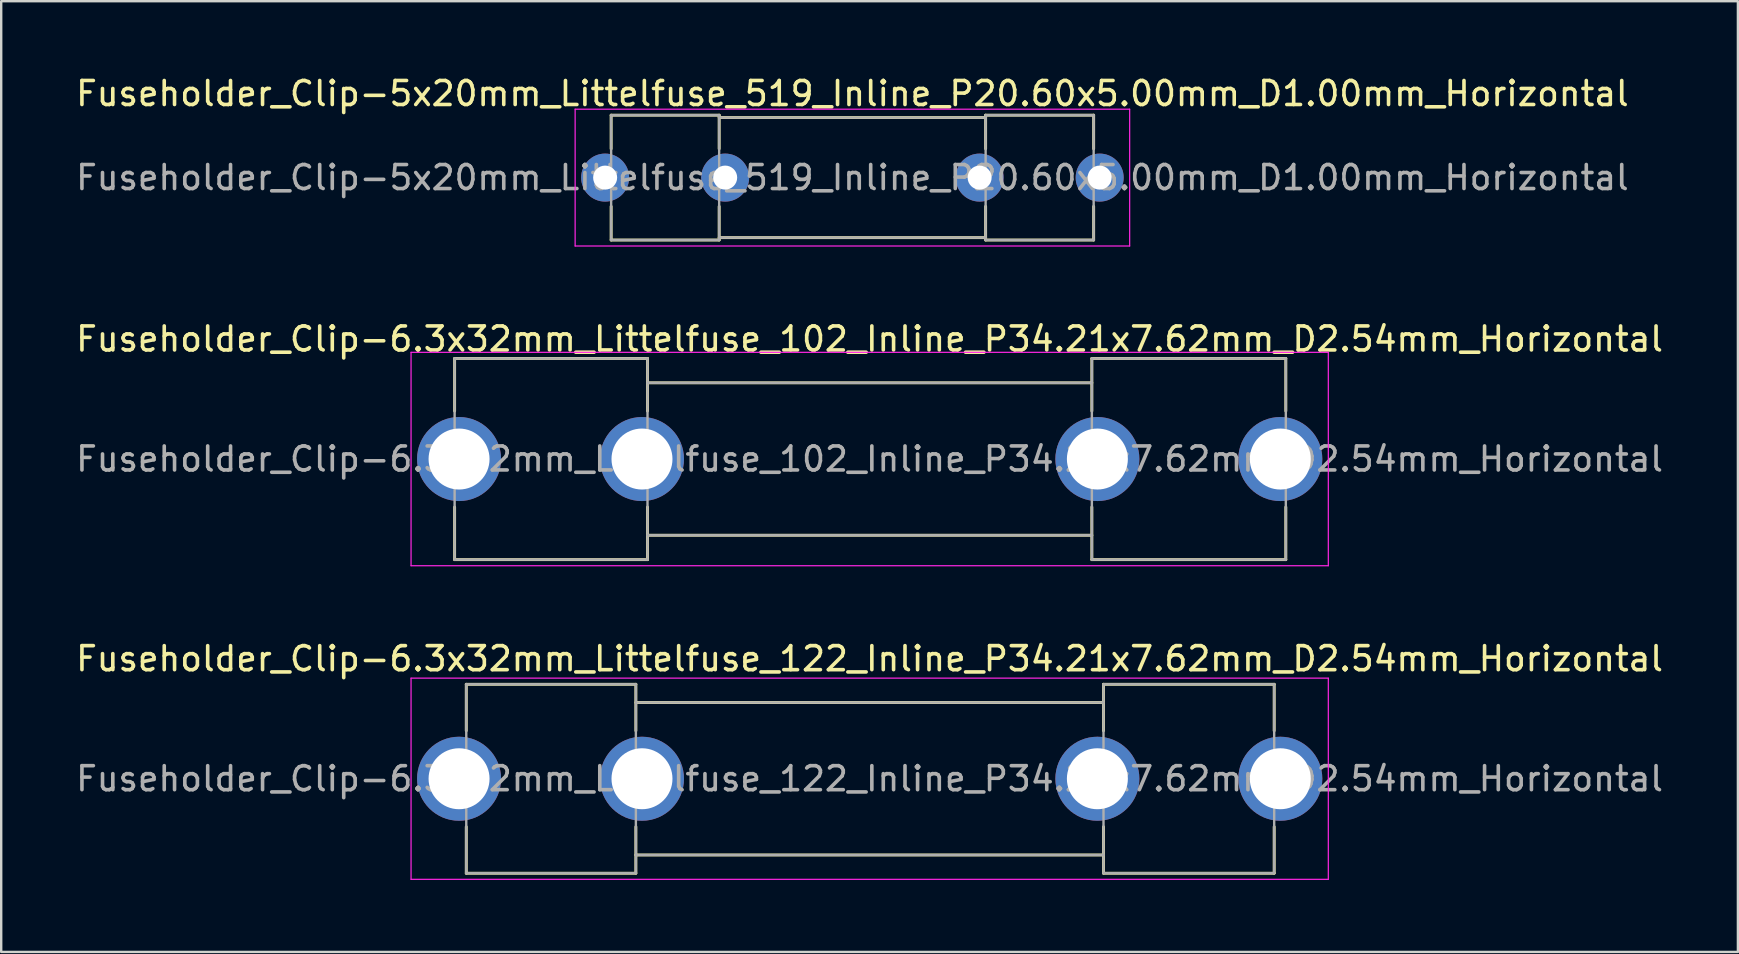
<source format=kicad_pcb>
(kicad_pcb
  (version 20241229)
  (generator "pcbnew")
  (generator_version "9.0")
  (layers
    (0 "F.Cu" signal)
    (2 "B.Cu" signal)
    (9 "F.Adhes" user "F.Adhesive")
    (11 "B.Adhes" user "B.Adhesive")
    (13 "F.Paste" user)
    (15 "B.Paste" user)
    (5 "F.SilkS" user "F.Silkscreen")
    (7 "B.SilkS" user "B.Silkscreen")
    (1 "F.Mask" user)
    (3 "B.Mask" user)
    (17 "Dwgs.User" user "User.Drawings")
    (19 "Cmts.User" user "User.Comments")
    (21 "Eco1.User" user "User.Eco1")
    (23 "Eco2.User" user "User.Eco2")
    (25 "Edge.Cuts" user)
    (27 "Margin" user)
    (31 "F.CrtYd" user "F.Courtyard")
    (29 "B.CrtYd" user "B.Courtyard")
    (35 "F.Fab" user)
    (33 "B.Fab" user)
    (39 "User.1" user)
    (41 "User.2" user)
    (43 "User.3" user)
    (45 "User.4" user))
  (footprint "Fuseholder_Clip-6.3x32mm_Littelfuse_102_Inline_P34.21x7.62mm_D2.54mm_Horizontal"
    (layer "F.Cu")
    (at 16.073 16.072)
    (property "Reference" "Fuseholder_Clip-6.3x32mm_Littelfuse_102_Inline_P34.21x7.62mm_D2.54mm_Horizontal" (at 17.1 -5 0) (layer "F.SilkS") (effects (font (size 1 1) (thickness 0.15))))
    (attr through_hole)
    (fp_line (start -0.185 -4.19) (end -0.185 -2) (stroke (width 0.12) (type solid)) (layer "F.SilkS"))
    (fp_line (start -0.185 4.19) (end -0.185 2) (stroke (width 0.12) (type solid)) (layer "F.SilkS"))
    (fp_line (start 7.85 -4.19) (end -0.185 -4.19) (stroke (width 0.12) (type solid)) (layer "F.SilkS"))
    (fp_line (start 7.85 -4.19) (end 7.85 -2) (stroke (width 0.12) (type solid)) (layer "F.SilkS"))
    (fp_line (start 7.85 4.19) (end -0.185 4.19) (stroke (width 0.12) (type solid)) (layer "F.SilkS"))
    (fp_line (start 7.85 4.19) (end 7.85 2) (stroke (width 0.12) (type solid)) (layer "F.SilkS"))
    (fp_line (start 26.36 -4.19) (end 26.36 -2) (stroke (width 0.12) (type solid)) (layer "F.SilkS"))
    (fp_line (start 26.36 -3.175) (end 7.85 -3.175) (stroke (width 0.12) (type solid)) (layer "F.SilkS"))
    (fp_line (start 26.36 3.175) (end 7.85 3.175) (stroke (width 0.12) (type solid)) (layer "F.SilkS"))
    (fp_line (start 26.36 4.19) (end 26.36 2) (stroke (width 0.12) (type solid)) (layer "F.SilkS"))
    (fp_line (start 26.36 4.19) (end 34.44 4.19) (stroke (width 0.12) (type solid)) (layer "F.SilkS"))
    (fp_line (start 34.44 -4.19) (end 26.36 -4.19) (stroke (width 0.12) (type solid)) (layer "F.SilkS"))
    (fp_line (start 34.44 -2) (end 34.44 -4.19) (stroke (width 0.12) (type solid)) (layer "F.SilkS"))
    (fp_line (start 34.44 2) (end 34.44 4.19) (stroke (width 0.12) (type solid)) (layer "F.SilkS"))
    (fp_line (start -2 -4.445) (end -2 4.445) (stroke (width 0.05) (type solid)) (layer "F.CrtYd"))
    (fp_line (start -2 -4.445) (end 36.21 -4.445) (stroke (width 0.05) (type solid)) (layer "F.CrtYd"))
    (fp_line (start 36.21 4.445) (end -2 4.445) (stroke (width 0.05) (type solid)) (layer "F.CrtYd"))
    (fp_line (start 36.21 4.445) (end 36.21 -4.445) (stroke (width 0.05) (type solid)) (layer "F.CrtYd"))
    (fp_line (start -0.185 -4.19) (end 7.85 -4.19) (stroke (width 0.1) (type solid)) (layer "F.Fab"))
    (fp_line (start -0.185 4.19) (end -0.185 -4.19) (stroke (width 0.1) (type solid)) (layer "F.Fab"))
    (fp_line (start 7.85 -4.19) (end 7.85 4.19) (stroke (width 0.1) (type solid)) (layer "F.Fab"))
    (fp_line (start 7.85 -3.175) (end 26.36 -3.175) (stroke (width 0.1) (type solid)) (layer "F.Fab"))
    (fp_line (start 7.85 4.19) (end -0.185 4.19) (stroke (width 0.1) (type solid)) (layer "F.Fab"))
    (fp_line (start 26.36 -4.19) (end 26.36 4.19) (stroke (width 0.1) (type solid)) (layer "F.Fab"))
    (fp_line (start 26.36 3.175) (end 7.85 3.175) (stroke (width 0.1) (type solid)) (layer "F.Fab"))
    (fp_line (start 26.36 4.19) (end 34.44 4.19) (stroke (width 0.1) (type solid)) (layer "F.Fab"))
    (fp_line (start 34.44 -4.19) (end 26.36 -4.19) (stroke (width 0.1) (type solid)) (layer "F.Fab"))
    (fp_line (start 34.44 4.19) (end 34.44 -4.19) (stroke (width 0.1) (type solid)) (layer "F.Fab"))
    (fp_text user "${REFERENCE}" (at 17.1 0 0) (layer "F.Fab") (effects (font (size 1 1) (thickness 0.15))))
    (pad "1" thru_hole circle (at 0 0) (size 3.5 3.5) (drill 2.54) (layers "*.Cu" "*.Mask"))
    (pad "1" thru_hole circle (at 7.62 0) (size 3.5 3.5) (drill 2.54) (layers "*.Cu" "*.Mask"))
    (pad "2" thru_hole circle (at 26.59 0) (size 3.5 3.5) (drill 2.54) (layers "*.Cu" "*.Mask"))
    (pad "2" thru_hole circle (at 34.21 0) (size 3.5 3.5) (drill 2.54) (layers "*.Cu" "*.Mask")))
  (footprint "Fuseholder_Clip-5x20mm_Littelfuse_519_Inline_P20.60x5.00mm_D1.00mm_Horizontal"
    (layer "F.Cu")
    (at 22.158 4.348)
    (property "Reference" "Fuseholder_Clip-5x20mm_Littelfuse_519_Inline_P20.60x5.00mm_D1.00mm_Horizontal" (at 10.3 -3.5 0) (layer "F.SilkS") (effects (font (size 1 1) (thickness 0.15))))
    (attr through_hole)
    (fp_line (start 0.25 -2.6) (end 0.25 -1.2) (stroke (width 0.12) (type solid)) (layer "F.SilkS"))
    (fp_line (start 0.25 2.6) (end 0.25 1.2) (stroke (width 0.12) (type solid)) (layer "F.SilkS"))
    (fp_line (start 4.75 -2.6) (end 0.25 -2.6) (stroke (width 0.12) (type solid)) (layer "F.SilkS"))
    (fp_line (start 4.75 -2.6) (end 4.75 -1.2) (stroke (width 0.12) (type solid)) (layer "F.SilkS"))
    (fp_line (start 4.75 2.6) (end 0.25 2.6) (stroke (width 0.12) (type solid)) (layer "F.SilkS"))
    (fp_line (start 4.75 2.6) (end 4.75 1.2) (stroke (width 0.12) (type solid)) (layer "F.SilkS"))
    (fp_line (start 15.85 -2.6) (end 15.85 -1.2) (stroke (width 0.12) (type solid)) (layer "F.SilkS"))
    (fp_line (start 15.85 -2.5) (end 4.75 -2.5) (stroke (width 0.12) (type solid)) (layer "F.SilkS"))
    (fp_line (start 15.85 2.5) (end 4.75 2.5) (stroke (width 0.12) (type solid)) (layer "F.SilkS"))
    (fp_line (start 15.85 2.6) (end 15.85 1.2) (stroke (width 0.12) (type solid)) (layer "F.SilkS"))
    (fp_line (start 15.85 2.6) (end 20.35 2.6) (stroke (width 0.12) (type solid)) (layer "F.SilkS"))
    (fp_line (start 20.35 -2.6) (end 15.85 -2.6) (stroke (width 0.12) (type solid)) (layer "F.SilkS"))
    (fp_line (start 20.35 -1.2) (end 20.35 -2.6) (stroke (width 0.12) (type solid)) (layer "F.SilkS"))
    (fp_line (start 20.35 1.2) (end 20.35 2.6) (stroke (width 0.12) (type solid)) (layer "F.SilkS"))
    (fp_line (start -1.25 -2.85) (end -1.25 2.85) (stroke (width 0.05) (type solid)) (layer "F.CrtYd"))
    (fp_line (start -1.25 -2.85) (end 21.85 -2.85) (stroke (width 0.05) (type solid)) (layer "F.CrtYd"))
    (fp_line (start 21.85 2.85) (end -1.25 2.85) (stroke (width 0.05) (type solid)) (layer "F.CrtYd"))
    (fp_line (start 21.85 2.85) (end 21.85 -2.85) (stroke (width 0.05) (type solid)) (layer "F.CrtYd"))
    (fp_line (start 0.25 -2.6) (end 4.75 -2.6) (stroke (width 0.1) (type solid)) (layer "F.Fab"))
    (fp_line (start 0.25 2.6) (end 0.25 -2.6) (stroke (width 0.1) (type solid)) (layer "F.Fab"))
    (fp_line (start 4.75 -2.6) (end 4.75 2.6) (stroke (width 0.1) (type solid)) (layer "F.Fab"))
    (fp_line (start 4.75 -2.5) (end 15.85 -2.5) (stroke (width 0.1) (type solid)) (layer "F.Fab"))
    (fp_line (start 4.75 2.6) (end 0.25 2.6) (stroke (width 0.1) (type solid)) (layer "F.Fab"))
    (fp_line (start 15.85 -2.6) (end 15.85 2.6) (stroke (width 0.1) (type solid)) (layer "F.Fab"))
    (fp_line (start 15.85 2.5) (end 4.75 2.5) (stroke (width 0.1) (type solid)) (layer "F.Fab"))
    (fp_line (start 15.85 2.6) (end 20.35 2.6) (stroke (width 0.1) (type solid)) (layer "F.Fab"))
    (fp_line (start 20.35 -2.6) (end 15.85 -2.6) (stroke (width 0.1) (type solid)) (layer "F.Fab"))
    (fp_line (start 20.35 2.6) (end 20.35 -2.6) (stroke (width 0.1) (type solid)) (layer "F.Fab"))
    (fp_text user "${REFERENCE}" (at 10.3 0 0) (layer "F.Fab") (effects (font (size 1 1) (thickness 0.15))))
    (pad "1" thru_hole circle (at 0 0) (size 2 2) (drill 1) (layers "*.Cu" "*.Mask"))
    (pad "1" thru_hole circle (at 5 0) (size 2 2) (drill 1) (layers "*.Cu" "*.Mask"))
    (pad "2" thru_hole circle (at 15.6 0) (size 2 2) (drill 1) (layers "*.Cu" "*.Mask"))
    (pad "2" thru_hole circle (at 20.6 0) (size 2 2) (drill 1) (layers "*.Cu" "*.Mask")))
  (footprint "Fuseholder_Clip-6.3x32mm_Littelfuse_122_Inline_P34.21x7.62mm_D2.54mm_Horizontal"
    (layer "F.Cu")
    (at 16.073 29.39)
    (property "Reference" "Fuseholder_Clip-6.3x32mm_Littelfuse_122_Inline_P34.21x7.62mm_D2.54mm_Horizontal" (at 17.1 -5 0) (layer "F.SilkS") (effects (font (size 1 1) (thickness 0.15))))
    (attr through_hole)
    (fp_line (start 0.3 -3.935) (end 0.3 -2) (stroke (width 0.12) (type solid)) (layer "F.SilkS"))
    (fp_line (start 0.3 3.935) (end 0.3 2) (stroke (width 0.12) (type solid)) (layer "F.SilkS"))
    (fp_line (start 7.365 -3.935) (end 0.3 -3.935) (stroke (width 0.12) (type solid)) (layer "F.SilkS"))
    (fp_line (start 7.365 -3.935) (end 7.365 -2) (stroke (width 0.12) (type solid)) (layer "F.SilkS"))
    (fp_line (start 7.365 3.935) (end 0.3 3.935) (stroke (width 0.12) (type solid)) (layer "F.SilkS"))
    (fp_line (start 7.365 3.935) (end 7.365 2) (stroke (width 0.12) (type solid)) (layer "F.SilkS"))
    (fp_line (start 26.845 -3.935) (end 26.845 -2) (stroke (width 0.12) (type solid)) (layer "F.SilkS"))
    (fp_line (start 26.845 -3.175) (end 7.365 -3.175) (stroke (width 0.12) (type solid)) (layer "F.SilkS"))
    (fp_line (start 26.845 3.175) (end 7.365 3.175) (stroke (width 0.12) (type solid)) (layer "F.SilkS"))
    (fp_line (start 26.845 3.935) (end 26.845 2) (stroke (width 0.12) (type solid)) (layer "F.SilkS"))
    (fp_line (start 26.845 3.935) (end 33.955 3.935) (stroke (width 0.12) (type solid)) (layer "F.SilkS"))
    (fp_line (start 33.955 -3.935) (end 26.845 -3.935) (stroke (width 0.12) (type solid)) (layer "F.SilkS"))
    (fp_line (start 33.955 -2) (end 33.955 -3.935) (stroke (width 0.12) (type solid)) (layer "F.SilkS"))
    (fp_line (start 33.955 2) (end 33.955 3.935) (stroke (width 0.12) (type solid)) (layer "F.SilkS"))
    (fp_line (start -2 -4.19) (end -2 4.19) (stroke (width 0.05) (type solid)) (layer "F.CrtYd"))
    (fp_line (start -2 -4.19) (end 36.21 -4.19) (stroke (width 0.05) (type solid)) (layer "F.CrtYd"))
    (fp_line (start 36.21 4.189) (end -2 4.19) (stroke (width 0.05) (type solid)) (layer "F.CrtYd"))
    (fp_line (start 36.21 4.189) (end 36.21 -4.19) (stroke (width 0.05) (type solid)) (layer "F.CrtYd"))
    (fp_line (start 0.3 -3.935) (end 7.365 -3.935) (stroke (width 0.1) (type solid)) (layer "F.Fab"))
    (fp_line (start 0.3 3.935) (end 0.3 -3.935) (stroke (width 0.1) (type solid)) (layer "F.Fab"))
    (fp_line (start 7.365 -3.935) (end 7.365 3.935) (stroke (width 0.1) (type solid)) (layer "F.Fab"))
    (fp_line (start 7.365 -3.175) (end 26.845 -3.175) (stroke (width 0.1) (type solid)) (layer "F.Fab"))
    (fp_line (start 7.365 3.935) (end 0.3 3.935) (stroke (width 0.1) (type solid)) (layer "F.Fab"))
    (fp_line (start 26.845 -3.935) (end 26.845 3.935) (stroke (width 0.1) (type solid)) (layer "F.Fab"))
    (fp_line (start 26.845 3.175) (end 7.365 3.175) (stroke (width 0.1) (type solid)) (layer "F.Fab"))
    (fp_line (start 26.845 3.935) (end 33.955 3.935) (stroke (width 0.1) (type solid)) (layer "F.Fab"))
    (fp_line (start 33.955 -3.935) (end 26.845 -3.935) (stroke (width 0.1) (type solid)) (layer "F.Fab"))
    (fp_line (start 33.955 3.935) (end 33.955 -3.935) (stroke (width 0.1) (type solid)) (layer "F.Fab"))
    (fp_text user "${REFERENCE}" (at 17.1 0 0) (layer "F.Fab") (effects (font (size 1 1) (thickness 0.15))))
    (pad "1" thru_hole circle (at 0 0) (size 3.5 3.5) (drill 2.54) (layers "*.Cu" "*.Mask"))
    (pad "1" thru_hole circle (at 7.62 0) (size 3.5 3.5) (drill 2.54) (layers "*.Cu" "*.Mask"))
    (pad "2" thru_hole circle (at 26.59 0) (size 3.5 3.5) (drill 2.54) (layers "*.Cu" "*.Mask"))
    (pad "2" thru_hole circle (at 34.21 0) (size 3.5 3.5) (drill 2.54) (layers "*.Cu" "*.Mask")))
  (gr_rect
    (start -3 -3)
    (end 69.345 36.605)
    (stroke (width 0.1) (type default))
    (fill no)
    (layer "Edge.Cuts")))
</source>
